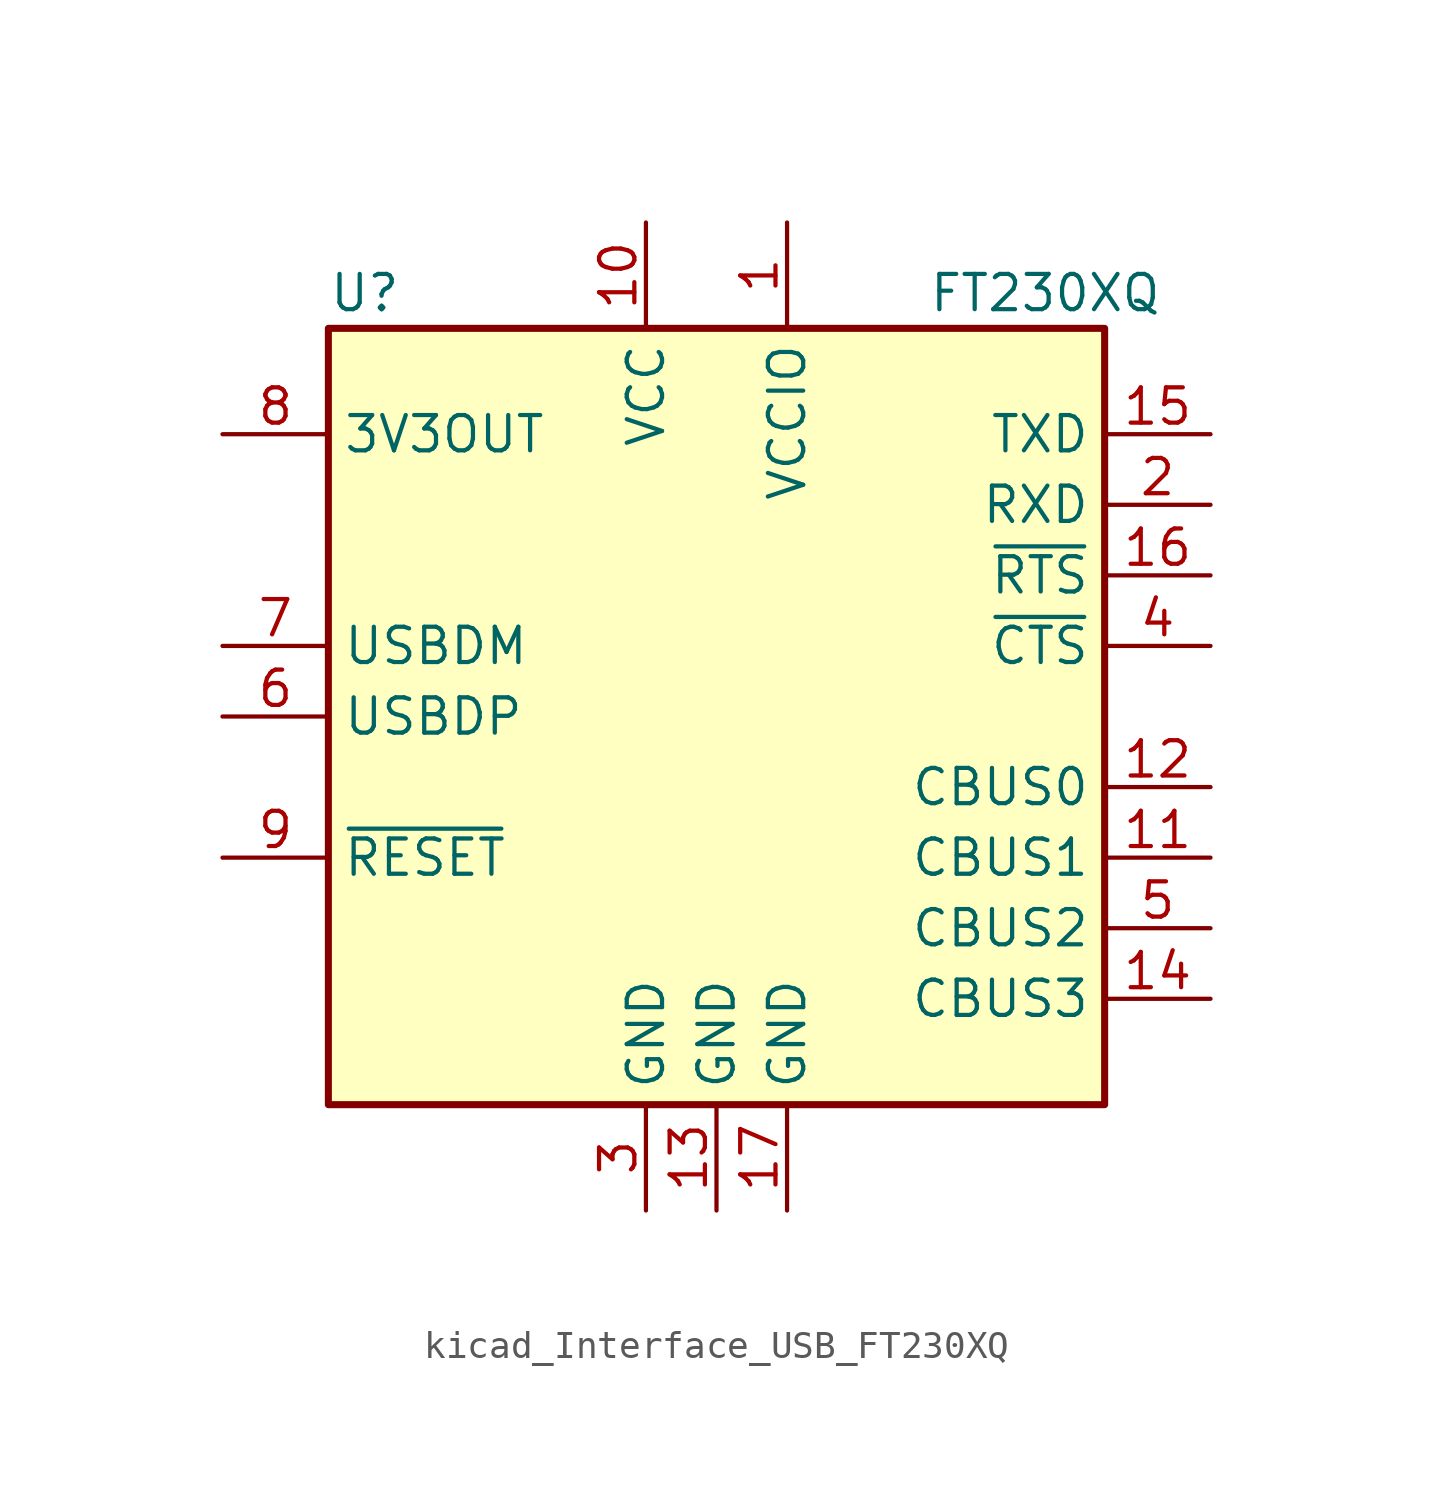
<source format=kicad_sym>
(kicad_symbol_lib
  (version 20220914)
  (generator kicad_symbol_editor)
  (symbol "kicad_Interface_USB_FT230XQ"
    (property "Reference" "U"
      (at -13.97 15.24 0)
      (effects (font (size 1.27 1.27)) (justify left)))
    (property "Value" "FT230XQ"
      (at 7.62 15.24 0)
      (effects (font (size 1.27 1.27)) (justify left)))
    (symbol "kicad_Interface_USB_FT230XQ_0_1"
      (rectangle (start -13.97 13.97) (end 13.97 -13.97) (stroke (width 0.254) (type default)) (fill (type background))))
    (symbol "kicad_Interface_USB_FT230XQ_1_1"
      (pin power_in line (at 2.54 17.78 270) (length 3.81) (name "VCCIO" (effects (font (size 1.27 1.27)))) (number "1" (effects (font (size 1.27 1.27)))))
      (pin power_in line (at -2.54 17.78 270) (length 3.81) (name "VCC" (effects (font (size 1.27 1.27)))) (number "10" (effects (font (size 1.27 1.27)))))
      (pin bidirectional line (at 17.78 -5.08 180) (length 3.81) (name "CBUS1" (effects (font (size 1.27 1.27)))) (number "11" (effects (font (size 1.27 1.27)))))
      (pin bidirectional line (at 17.78 -2.54 180) (length 3.81) (name "CBUS0" (effects (font (size 1.27 1.27)))) (number "12" (effects (font (size 1.27 1.27)))))
      (pin power_in line (at 0 -17.78 90) (length 3.81) (name "GND" (effects (font (size 1.27 1.27)))) (number "13" (effects (font (size 1.27 1.27)))))
      (pin bidirectional line (at 17.78 -10.16 180) (length 3.81) (name "CBUS3" (effects (font (size 1.27 1.27)))) (number "14" (effects (font (size 1.27 1.27)))))
      (pin output line (at 17.78 10.16 180) (length 3.81) (name "TXD" (effects (font (size 1.27 1.27)))) (number "15" (effects (font (size 1.27 1.27)))))
      (pin output line (at 17.78 5.08 180) (length 3.81) (name "~{RTS}" (effects (font (size 1.27 1.27)))) (number "16" (effects (font (size 1.27 1.27)))))
      (pin power_in line (at 2.54 -17.78 90) (length 3.81) (name "GND" (effects (font (size 1.27 1.27)))) (number "17" (effects (font (size 1.27 1.27)))))
      (pin input line (at 17.78 7.62 180) (length 3.81) (name "RXD" (effects (font (size 1.27 1.27)))) (number "2" (effects (font (size 1.27 1.27)))))
      (pin power_in line (at -2.54 -17.78 90) (length 3.81) (name "GND" (effects (font (size 1.27 1.27)))) (number "3" (effects (font (size 1.27 1.27)))))
      (pin input line (at 17.78 2.54 180) (length 3.81) (name "~{CTS}" (effects (font (size 1.27 1.27)))) (number "4" (effects (font (size 1.27 1.27)))))
      (pin bidirectional line (at 17.78 -7.62 180) (length 3.81) (name "CBUS2" (effects (font (size 1.27 1.27)))) (number "5" (effects (font (size 1.27 1.27)))))
      (pin bidirectional line (at -17.78 0 0) (length 3.81) (name "USBDP" (effects (font (size 1.27 1.27)))) (number "6" (effects (font (size 1.27 1.27)))))
      (pin bidirectional line (at -17.78 2.54 0) (length 3.81) (name "USBDM" (effects (font (size 1.27 1.27)))) (number "7" (effects (font (size 1.27 1.27)))))
      (pin power_out line (at -17.78 10.16 0) (length 3.81) (name "3V3OUT" (effects (font (size 1.27 1.27)))) (number "8" (effects (font (size 1.27 1.27)))))
      (pin input line (at -17.78 -5.08 0) (length 3.81) (name "~{RESET}" (effects (font (size 1.27 1.27)))) (number "9" (effects (font (size 1.27 1.27))))))))
</source>
